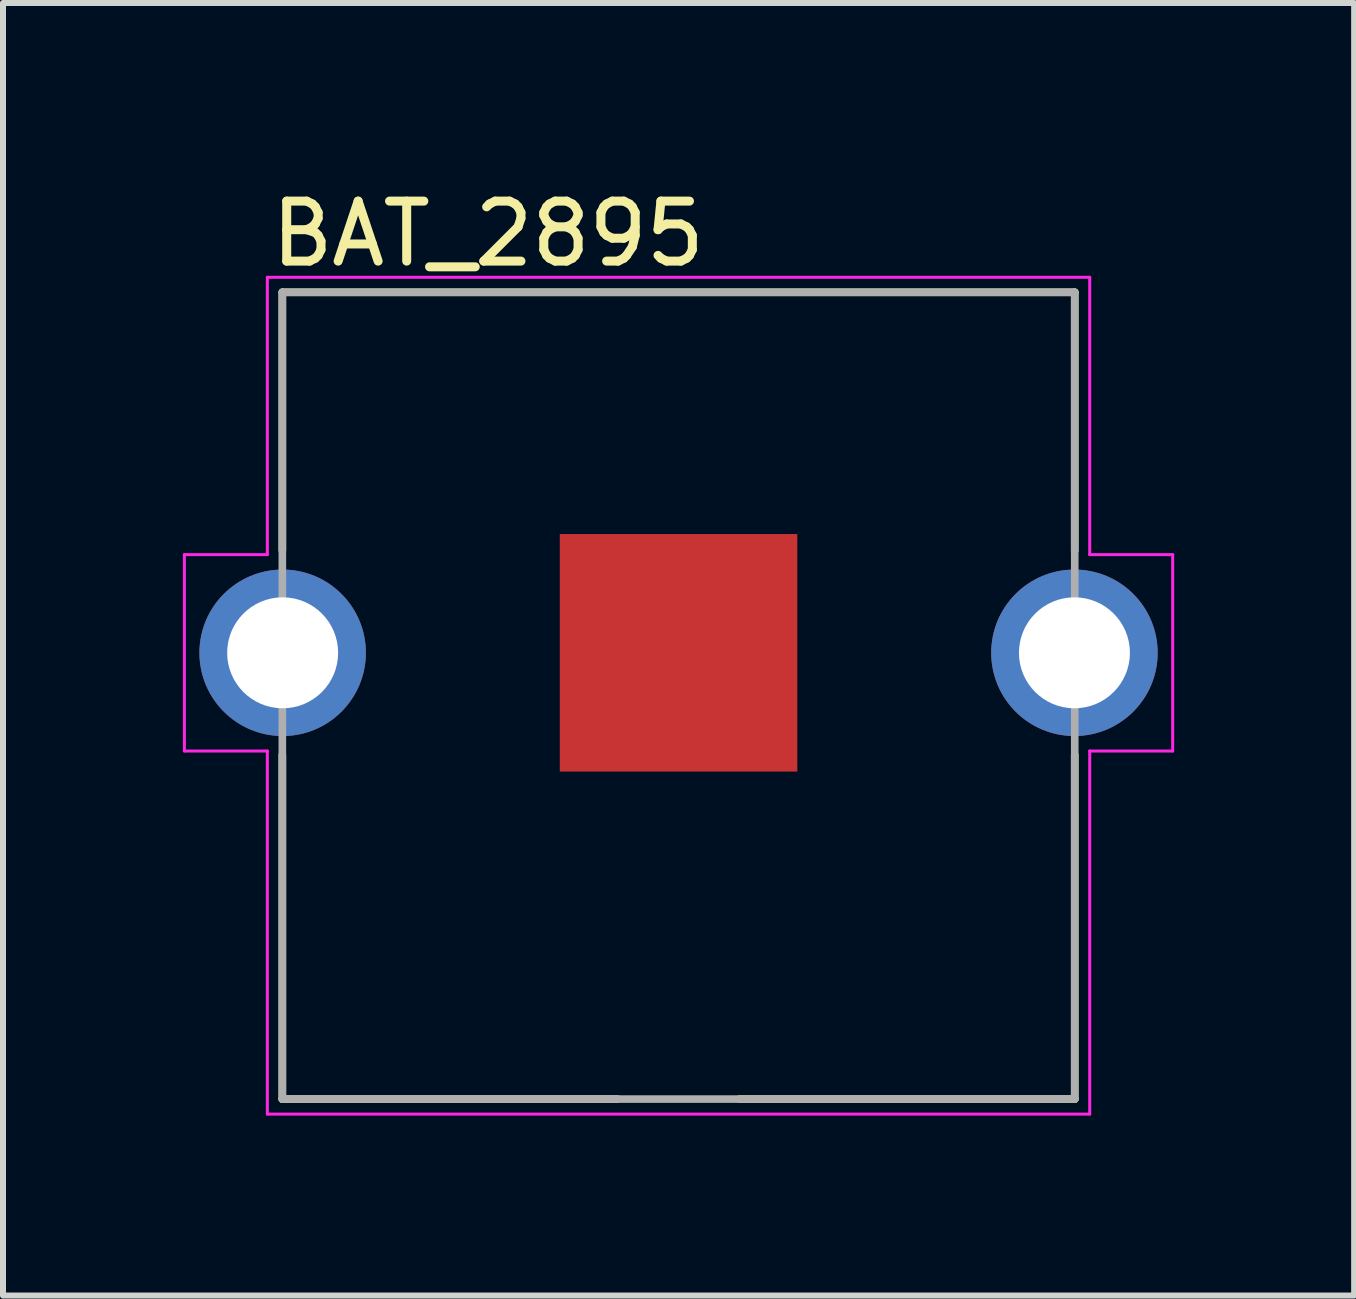
<source format=kicad_pcb>
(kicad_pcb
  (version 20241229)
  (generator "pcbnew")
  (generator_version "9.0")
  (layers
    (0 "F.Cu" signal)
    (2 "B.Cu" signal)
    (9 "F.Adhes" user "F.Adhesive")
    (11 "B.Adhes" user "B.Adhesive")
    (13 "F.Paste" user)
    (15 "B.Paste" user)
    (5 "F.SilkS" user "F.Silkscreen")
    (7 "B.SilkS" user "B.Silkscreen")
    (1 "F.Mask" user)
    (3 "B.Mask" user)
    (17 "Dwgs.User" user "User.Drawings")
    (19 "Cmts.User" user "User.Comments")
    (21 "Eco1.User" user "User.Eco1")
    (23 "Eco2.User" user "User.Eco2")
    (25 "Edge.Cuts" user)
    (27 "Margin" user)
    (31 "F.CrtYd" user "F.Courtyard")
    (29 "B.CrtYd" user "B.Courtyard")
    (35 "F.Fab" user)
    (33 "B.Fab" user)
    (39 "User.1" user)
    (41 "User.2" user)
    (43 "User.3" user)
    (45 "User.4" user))
  (footprint "BAT_2895"
    (layer "F.Cu")
    (at 8.262 7.833)
    (property "Reference" "BAT_2895" (at -3.175 -6.985 0) (layer "F.SilkS") (effects (font (size 1 1) (thickness 0.15))))
    (attr through_hole)
    (fp_line (start -6.605 -6.01) (end 6.605 -6.01) (stroke (width 0.127) (type solid)) (layer "F.SilkS"))
    (fp_line (start -6.605 -1.707) (end -6.605 -6.01) (stroke (width 0.127) (type solid)) (layer "F.SilkS"))
    (fp_line (start -6.605 7.44) (end -6.605 1.701) (stroke (width 0.127) (type solid)) (layer "F.SilkS"))
    (fp_line (start -1.015 7.44) (end -6.605 7.44) (stroke (width 0.127) (type solid)) (layer "F.SilkS"))
    (fp_line (start 6.605 -6.01) (end 6.605 -1.701) (stroke (width 0.127) (type solid)) (layer "F.SilkS"))
    (fp_line (start 6.605 7.44) (end 1.015 7.44) (stroke (width 0.127) (type solid)) (layer "F.SilkS"))
    (fp_line (start 6.605 7.44) (end 6.605 1.701) (stroke (width 0.127) (type solid)) (layer "F.SilkS"))
    (fp_line (start -8.238 -1.637) (end -8.238 1.637) (stroke (width 0.05) (type solid)) (layer "F.CrtYd"))
    (fp_line (start -8.238 -1.637) (end -6.855 -1.637) (stroke (width 0.05) (type solid)) (layer "F.CrtYd"))
    (fp_line (start -8.238 1.637) (end -6.855 1.637) (stroke (width 0.05) (type solid)) (layer "F.CrtYd"))
    (fp_line (start -6.855 -1.637) (end -6.855 -6.26) (stroke (width 0.05) (type solid)) (layer "F.CrtYd"))
    (fp_line (start -6.855 1.637) (end -6.855 7.69) (stroke (width 0.05) (type solid)) (layer "F.CrtYd"))
    (fp_line (start -6.855 7.69) (end 6.855 7.69) (stroke (width 0.05) (type solid)) (layer "F.CrtYd"))
    (fp_line (start 6.855 -6.26) (end -6.855 -6.26) (stroke (width 0.05) (type solid)) (layer "F.CrtYd"))
    (fp_line (start 6.855 -6.26) (end 6.855 -1.637) (stroke (width 0.05) (type solid)) (layer "F.CrtYd"))
    (fp_line (start 6.855 -1.637) (end 8.238 -1.637) (stroke (width 0.05) (type solid)) (layer "F.CrtYd"))
    (fp_line (start 6.855 1.637) (end 6.855 7.69) (stroke (width 0.05) (type solid)) (layer "F.CrtYd"))
    (fp_line (start 8.238 1.637) (end 6.855 1.637) (stroke (width 0.05) (type solid)) (layer "F.CrtYd"))
    (fp_line (start 8.238 1.637) (end 8.238 -1.637) (stroke (width 0.05) (type solid)) (layer "F.CrtYd"))
    (fp_line (start -6.605 -6.01) (end 6.605 -6.01) (stroke (width 0.127) (type solid)) (layer "F.Fab"))
    (fp_line (start -6.605 7.44) (end -6.605 -6.01) (stroke (width 0.127) (type solid)) (layer "F.Fab"))
    (fp_line (start 6.605 -6.01) (end 6.605 7.44) (stroke (width 0.127) (type solid)) (layer "F.Fab"))
    (fp_line (start 6.605 7.44) (end -6.605 7.44) (stroke (width 0.127) (type solid)) (layer "F.Fab"))
    (pad "1" thru_hole circle (at -6.6 0) (size 2.775 2.775) (drill 1.85) (layers "*.Cu" "*.Mask"))
    (pad "1" thru_hole circle (at 6.6 0) (size 2.775 2.775) (drill 1.85) (layers "*.Cu" "*.Mask"))
    (pad "2" smd rect (at 0 0) (size 3.96 3.96) (layers "F.Cu" "F.Mask")))
  (gr_rect
    (start -3 -3)
    (end 19.525 18.548)
    (stroke (width 0.1) (type default))
    (fill no)
    (layer "Edge.Cuts")))
</source>
